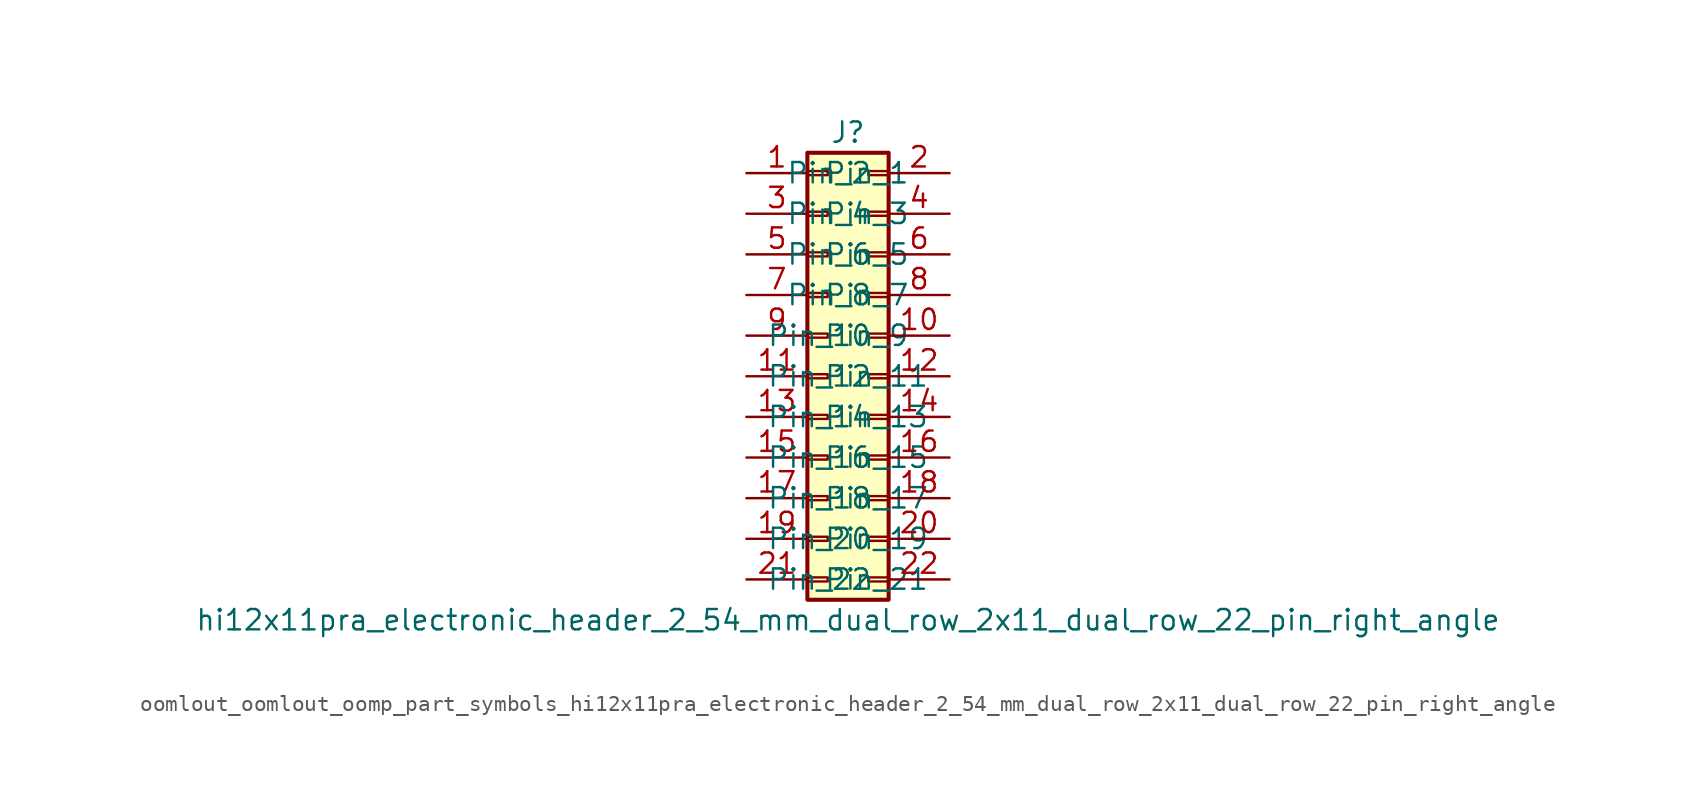
<source format=kicad_sym>
(kicad_symbol_lib
  (version 20220914)
  (generator kicad_symbol_editor)
  (symbol "oomlout_oomlout_oomp_part_symbols_hi12x11pra_electronic_header_2_54_mm_dual_row_2x11_dual_row_22_pin_right_angle"
    (pin_names
      (offset 1.016))
    (property "Reference" "J"
      (at 1.27 15.24 0)
      (effects (font (size 1.27 1.27))))
    (property "Value" "hi12x11pra_electronic_header_2_54_mm_dual_row_2x11_dual_row_22_pin_right_angle"
      (at 1.27 -15.24 0)
      (effects (font (size 1.27 1.27))))
    (symbol "oomlout_oomlout_oomp_part_symbols_hi12x11pra_electronic_header_2_54_mm_dual_row_2x11_dual_row_22_pin_right_angle_1_1"
      (rectangle (start -1.27 -12.573) (end 0 -12.827) (stroke (width 0.152) (type default)) (fill (type none)))
      (rectangle (start -1.27 -10.033) (end 0 -10.287) (stroke (width 0.152) (type default)) (fill (type none)))
      (rectangle (start -1.27 -7.493) (end 0 -7.747) (stroke (width 0.152) (type default)) (fill (type none)))
      (rectangle (start -1.27 -4.953) (end 0 -5.207) (stroke (width 0.152) (type default)) (fill (type none)))
      (rectangle (start -1.27 -2.413) (end 0 -2.667) (stroke (width 0.152) (type default)) (fill (type none)))
      (rectangle (start -1.27 0.127) (end 0 -0.127) (stroke (width 0.152) (type default)) (fill (type none)))
      (rectangle (start -1.27 2.667) (end 0 2.413) (stroke (width 0.152) (type default)) (fill (type none)))
      (rectangle (start -1.27 5.207) (end 0 4.953) (stroke (width 0.152) (type default)) (fill (type none)))
      (rectangle (start -1.27 7.747) (end 0 7.493) (stroke (width 0.152) (type default)) (fill (type none)))
      (rectangle (start -1.27 10.287) (end 0 10.033) (stroke (width 0.152) (type default)) (fill (type none)))
      (rectangle (start -1.27 12.827) (end 0 12.573) (stroke (width 0.152) (type default)) (fill (type none)))
      (rectangle (start -1.27 13.97) (end 3.81 -13.97) (stroke (width 0.254) (type default)) (fill (type background)))
      (rectangle (start 3.81 -12.573) (end 2.54 -12.827) (stroke (width 0.152) (type default)) (fill (type none)))
      (rectangle (start 3.81 -10.033) (end 2.54 -10.287) (stroke (width 0.152) (type default)) (fill (type none)))
      (rectangle (start 3.81 -7.493) (end 2.54 -7.747) (stroke (width 0.152) (type default)) (fill (type none)))
      (rectangle (start 3.81 -4.953) (end 2.54 -5.207) (stroke (width 0.152) (type default)) (fill (type none)))
      (rectangle (start 3.81 -2.413) (end 2.54 -2.667) (stroke (width 0.152) (type default)) (fill (type none)))
      (rectangle (start 3.81 0.127) (end 2.54 -0.127) (stroke (width 0.152) (type default)) (fill (type none)))
      (rectangle (start 3.81 2.667) (end 2.54 2.413) (stroke (width 0.152) (type default)) (fill (type none)))
      (rectangle (start 3.81 5.207) (end 2.54 4.953) (stroke (width 0.152) (type default)) (fill (type none)))
      (rectangle (start 3.81 7.747) (end 2.54 7.493) (stroke (width 0.152) (type default)) (fill (type none)))
      (rectangle (start 3.81 10.287) (end 2.54 10.033) (stroke (width 0.152) (type default)) (fill (type none)))
      (rectangle (start 3.81 12.827) (end 2.54 12.573) (stroke (width 0.152) (type default)) (fill (type none)))
      (pin passive line (at -5.08 12.7 0) (length 3.81) (name "Pin_1" (effects (font (size 1.27 1.27)))) (number "1" (effects (font (size 1.27 1.27)))))
      (pin passive line (at 7.62 2.54 180) (length 3.81) (name "Pin_10" (effects (font (size 1.27 1.27)))) (number "10" (effects (font (size 1.27 1.27)))))
      (pin passive line (at -5.08 0 0) (length 3.81) (name "Pin_11" (effects (font (size 1.27 1.27)))) (number "11" (effects (font (size 1.27 1.27)))))
      (pin passive line (at 7.62 0 180) (length 3.81) (name "Pin_12" (effects (font (size 1.27 1.27)))) (number "12" (effects (font (size 1.27 1.27)))))
      (pin passive line (at -5.08 -2.54 0) (length 3.81) (name "Pin_13" (effects (font (size 1.27 1.27)))) (number "13" (effects (font (size 1.27 1.27)))))
      (pin passive line (at 7.62 -2.54 180) (length 3.81) (name "Pin_14" (effects (font (size 1.27 1.27)))) (number "14" (effects (font (size 1.27 1.27)))))
      (pin passive line (at -5.08 -5.08 0) (length 3.81) (name "Pin_15" (effects (font (size 1.27 1.27)))) (number "15" (effects (font (size 1.27 1.27)))))
      (pin passive line (at 7.62 -5.08 180) (length 3.81) (name "Pin_16" (effects (font (size 1.27 1.27)))) (number "16" (effects (font (size 1.27 1.27)))))
      (pin passive line (at -5.08 -7.62 0) (length 3.81) (name "Pin_17" (effects (font (size 1.27 1.27)))) (number "17" (effects (font (size 1.27 1.27)))))
      (pin passive line (at 7.62 -7.62 180) (length 3.81) (name "Pin_18" (effects (font (size 1.27 1.27)))) (number "18" (effects (font (size 1.27 1.27)))))
      (pin passive line (at -5.08 -10.16 0) (length 3.81) (name "Pin_19" (effects (font (size 1.27 1.27)))) (number "19" (effects (font (size 1.27 1.27)))))
      (pin passive line (at 7.62 12.7 180) (length 3.81) (name "Pin_2" (effects (font (size 1.27 1.27)))) (number "2" (effects (font (size 1.27 1.27)))))
      (pin passive line (at 7.62 -10.16 180) (length 3.81) (name "Pin_20" (effects (font (size 1.27 1.27)))) (number "20" (effects (font (size 1.27 1.27)))))
      (pin passive line (at -5.08 -12.7 0) (length 3.81) (name "Pin_21" (effects (font (size 1.27 1.27)))) (number "21" (effects (font (size 1.27 1.27)))))
      (pin passive line (at 7.62 -12.7 180) (length 3.81) (name "Pin_22" (effects (font (size 1.27 1.27)))) (number "22" (effects (font (size 1.27 1.27)))))
      (pin passive line (at -5.08 10.16 0) (length 3.81) (name "Pin_3" (effects (font (size 1.27 1.27)))) (number "3" (effects (font (size 1.27 1.27)))))
      (pin passive line (at 7.62 10.16 180) (length 3.81) (name "Pin_4" (effects (font (size 1.27 1.27)))) (number "4" (effects (font (size 1.27 1.27)))))
      (pin passive line (at -5.08 7.62 0) (length 3.81) (name "Pin_5" (effects (font (size 1.27 1.27)))) (number "5" (effects (font (size 1.27 1.27)))))
      (pin passive line (at 7.62 7.62 180) (length 3.81) (name "Pin_6" (effects (font (size 1.27 1.27)))) (number "6" (effects (font (size 1.27 1.27)))))
      (pin passive line (at -5.08 5.08 0) (length 3.81) (name "Pin_7" (effects (font (size 1.27 1.27)))) (number "7" (effects (font (size 1.27 1.27)))))
      (pin passive line (at 7.62 5.08 180) (length 3.81) (name "Pin_8" (effects (font (size 1.27 1.27)))) (number "8" (effects (font (size 1.27 1.27)))))
      (pin passive line (at -5.08 2.54 0) (length 3.81) (name "Pin_9" (effects (font (size 1.27 1.27)))) (number "9" (effects (font (size 1.27 1.27))))))))
</source>
